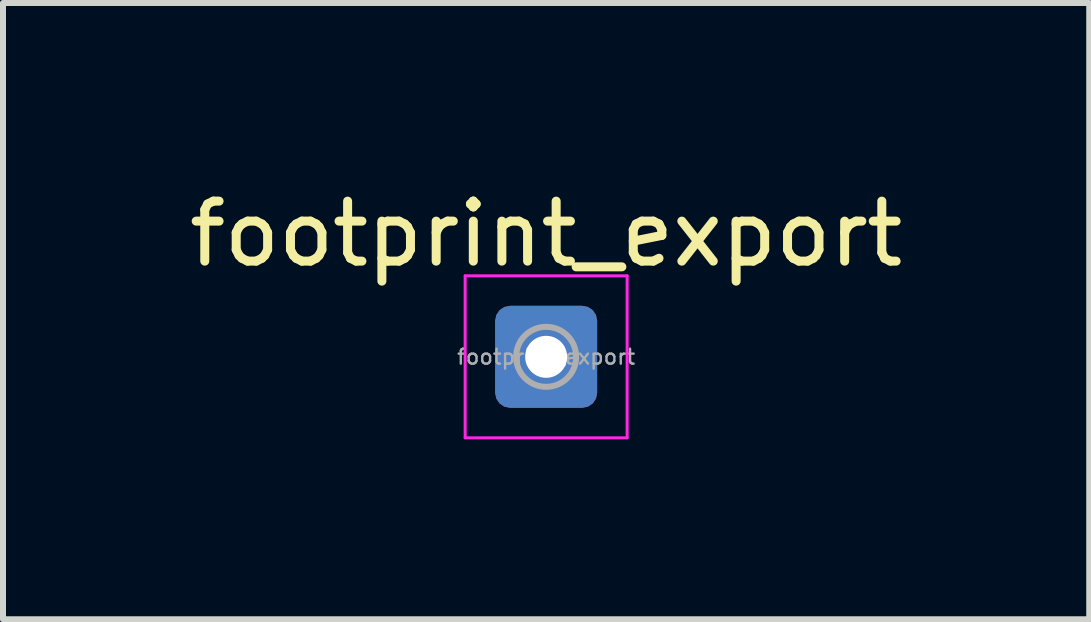
<source format=kicad_pcb>
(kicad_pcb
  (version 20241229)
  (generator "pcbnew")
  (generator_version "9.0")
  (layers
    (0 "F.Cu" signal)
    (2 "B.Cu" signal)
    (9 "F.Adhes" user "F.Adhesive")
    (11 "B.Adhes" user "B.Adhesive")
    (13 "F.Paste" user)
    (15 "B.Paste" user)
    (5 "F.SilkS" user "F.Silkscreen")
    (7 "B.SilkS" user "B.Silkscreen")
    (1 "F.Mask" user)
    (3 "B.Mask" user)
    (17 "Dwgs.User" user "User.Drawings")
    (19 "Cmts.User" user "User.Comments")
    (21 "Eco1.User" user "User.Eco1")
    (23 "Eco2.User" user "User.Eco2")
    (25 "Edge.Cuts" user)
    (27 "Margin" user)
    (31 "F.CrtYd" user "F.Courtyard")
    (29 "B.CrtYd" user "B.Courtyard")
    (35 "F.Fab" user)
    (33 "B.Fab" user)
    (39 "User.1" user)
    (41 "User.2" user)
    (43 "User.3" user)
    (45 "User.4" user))
  (footprint "footprint_export"
    (layer "F.Cu")
    (at 6.054 2.898)
    (property "Reference" "footprint_export" (at 0 -2.05 0) (layer "F.SilkS") (effects (font (size 1 1) (thickness 0.15))))
    (attr exclude_from_pos_files exclude_from_bom)
    (fp_line (start -1.35 -1.35) (end -1.35 1.35) (stroke (width 0.05) (type solid)) (layer "F.CrtYd"))
    (fp_line (start -1.35 1.35) (end 1.35 1.35) (stroke (width 0.05) (type solid)) (layer "F.CrtYd"))
    (fp_line (start 1.35 -1.35) (end -1.35 -1.35) (stroke (width 0.05) (type solid)) (layer "F.CrtYd"))
    (fp_line (start 1.35 1.35) (end 1.35 -1.35) (stroke (width 0.05) (type solid)) (layer "F.CrtYd"))
    (fp_circle (center 0 0) (end 0.5 0) (stroke (width 0.1) (type solid)) (fill no) (layer "F.Fab"))
    (fp_text user "${REFERENCE}" (at 0 0 0) (layer "F.Fab") (effects (font (size 0.25 0.25) (thickness 0.04))))
    (pad "1" thru_hole roundrect (at 0 0) (size 1.7 1.7) (drill 0.7) (layers "*.Cu" "*.Mask") (roundrect_rratio 0.147)))
  (gr_rect
    (start -3 -3)
    (end 15.107 7.273)
    (stroke (width 0.1) (type default))
    (fill no)
    (layer "Edge.Cuts")))
</source>
